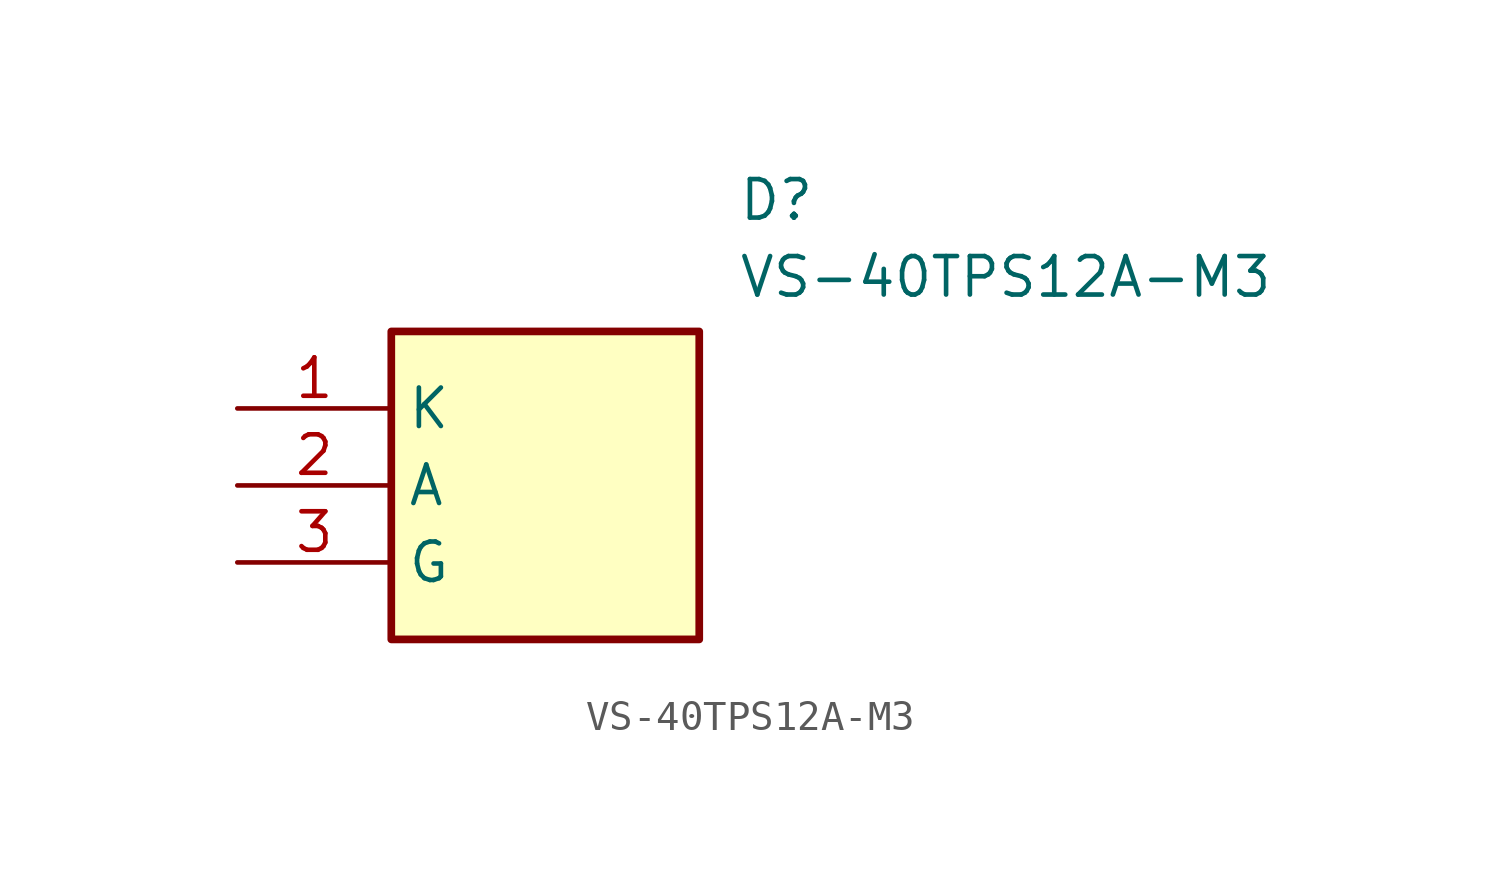
<source format=kicad_sym>
(kicad_symbol_lib
  (version 20211014)
  (generator SamacSys_ECAD_Model)
  (symbol "VS-40TPS12A-M3"
    (property "Reference" "D"
      (at 16.51 7.62 0)
      (effects (font (size 1.27 1.27)) (justify left top)))
    (property "Value" "VS-40TPS12A-M3"
      (at 16.51 5.08 0)
      (effects (font (size 1.27 1.27)) (justify left top)))
    (rectangle
      (start 5.08 2.54)
      (end 15.24 -7.62)
      (stroke (width 0.254) (type default))
      (fill (type background)))
    (pin passive line
      (at 0 0 0)
      (length 5.08)
      (name "K" (effects (font (size 1.27 1.27))))
      (number "1" (effects (font (size 1.27 1.27)))))
    (pin passive line
      (at 0 -2.54 0)
      (length 5.08)
      (name "A" (effects (font (size 1.27 1.27))))
      (number "2" (effects (font (size 1.27 1.27)))))
    (pin passive line
      (at 0 -5.08 0)
      (length 5.08)
      (name "G" (effects (font (size 1.27 1.27))))
      (number "3" (effects (font (size 1.27 1.27)))))))
</source>
